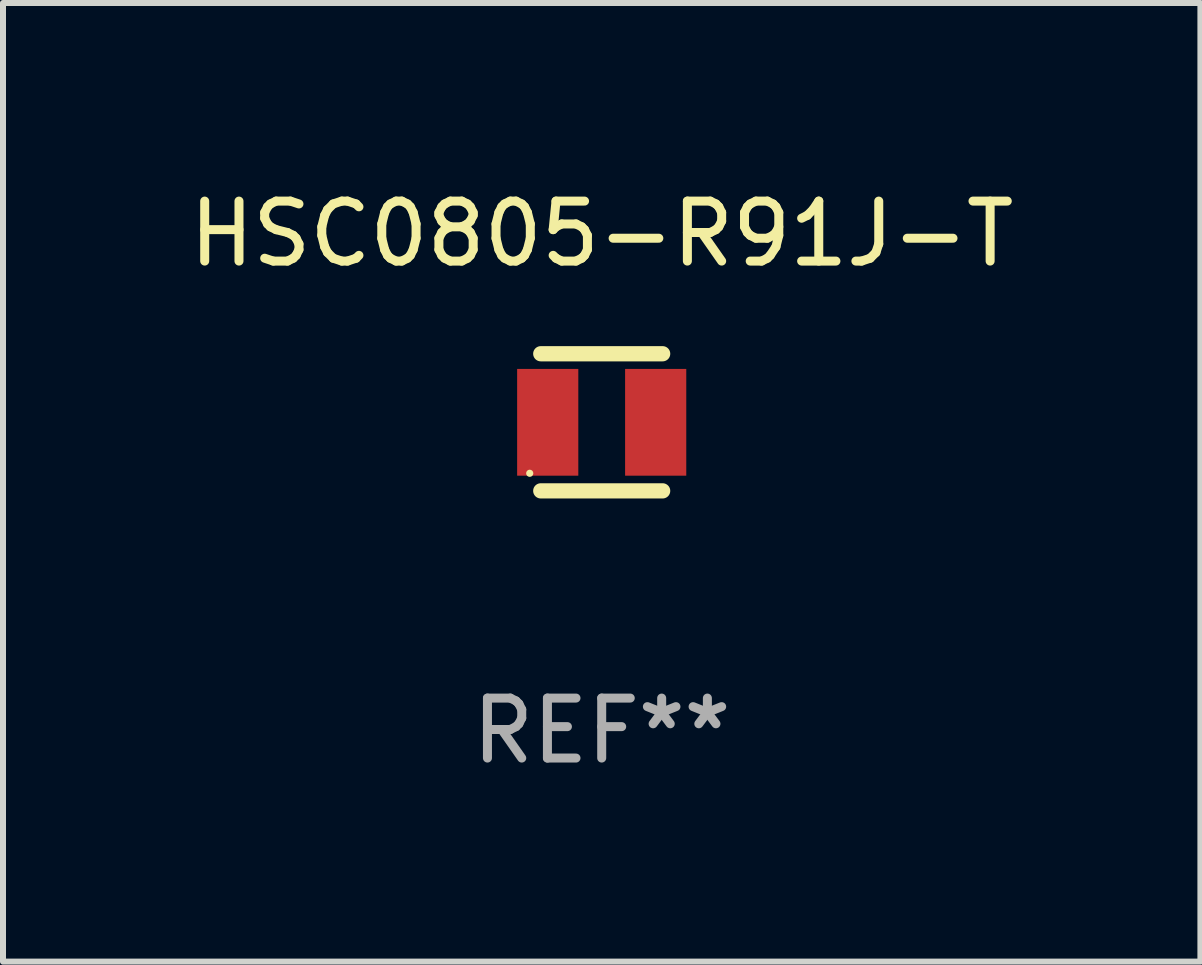
<source format=kicad_pcb>
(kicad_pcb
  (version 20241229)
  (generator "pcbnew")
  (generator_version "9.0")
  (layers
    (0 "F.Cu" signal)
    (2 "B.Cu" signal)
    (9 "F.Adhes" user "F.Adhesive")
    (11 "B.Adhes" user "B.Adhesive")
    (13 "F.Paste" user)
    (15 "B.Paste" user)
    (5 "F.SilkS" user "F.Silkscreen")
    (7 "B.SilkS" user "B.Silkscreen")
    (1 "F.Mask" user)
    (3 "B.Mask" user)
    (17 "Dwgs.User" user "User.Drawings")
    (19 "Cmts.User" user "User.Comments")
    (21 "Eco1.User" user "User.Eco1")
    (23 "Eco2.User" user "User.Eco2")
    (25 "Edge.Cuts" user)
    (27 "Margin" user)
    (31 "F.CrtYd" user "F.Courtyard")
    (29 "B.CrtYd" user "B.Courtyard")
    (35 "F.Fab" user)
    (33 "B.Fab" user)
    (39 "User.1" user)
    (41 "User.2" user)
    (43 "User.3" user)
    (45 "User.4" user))
  (footprint "HSC0805-R91J-T"
    (layer "F.Cu")
    (at 6.982 3.991)
    (property "Reference" "HSC0805-R91J-T" (at 0 -3.143 0) (layer "F.SilkS") (effects (font (size 1 1) (thickness 0.15))))
    (attr through_hole)
    (fp_line (start -1.016 -1.143) (end 1.016 -1.143) (stroke (width 0.254) (type solid)) (layer "F.SilkS"))
    (fp_line (start -1.016 1.143) (end 1.016 1.143) (stroke (width 0.254) (type solid)) (layer "F.SilkS"))
    (fp_circle (center -1.2 0.85) (end -1.17 0.85) (stroke (width 0.06) (type solid)) (fill no) (layer "F.SilkS"))
    (fp_text user "REF**" (at 0 5.143 0) (layer "F.Fab") (effects (font (size 1 1) (thickness 0.15))))
    (pad "1" smd rect (at -0.9 0) (size 1.02 1.78) (layers "F.Cu" "F.Mask" "F.Paste"))
    (pad "2" smd rect (at 0.9 0) (size 1.02 1.78) (layers "F.Cu" "F.Mask" "F.Paste")))
  (gr_rect
    (start -3 -3)
    (end 16.964 12.983)
    (stroke (width 0.1) (type default))
    (fill no)
    (layer "Edge.Cuts")))
</source>
